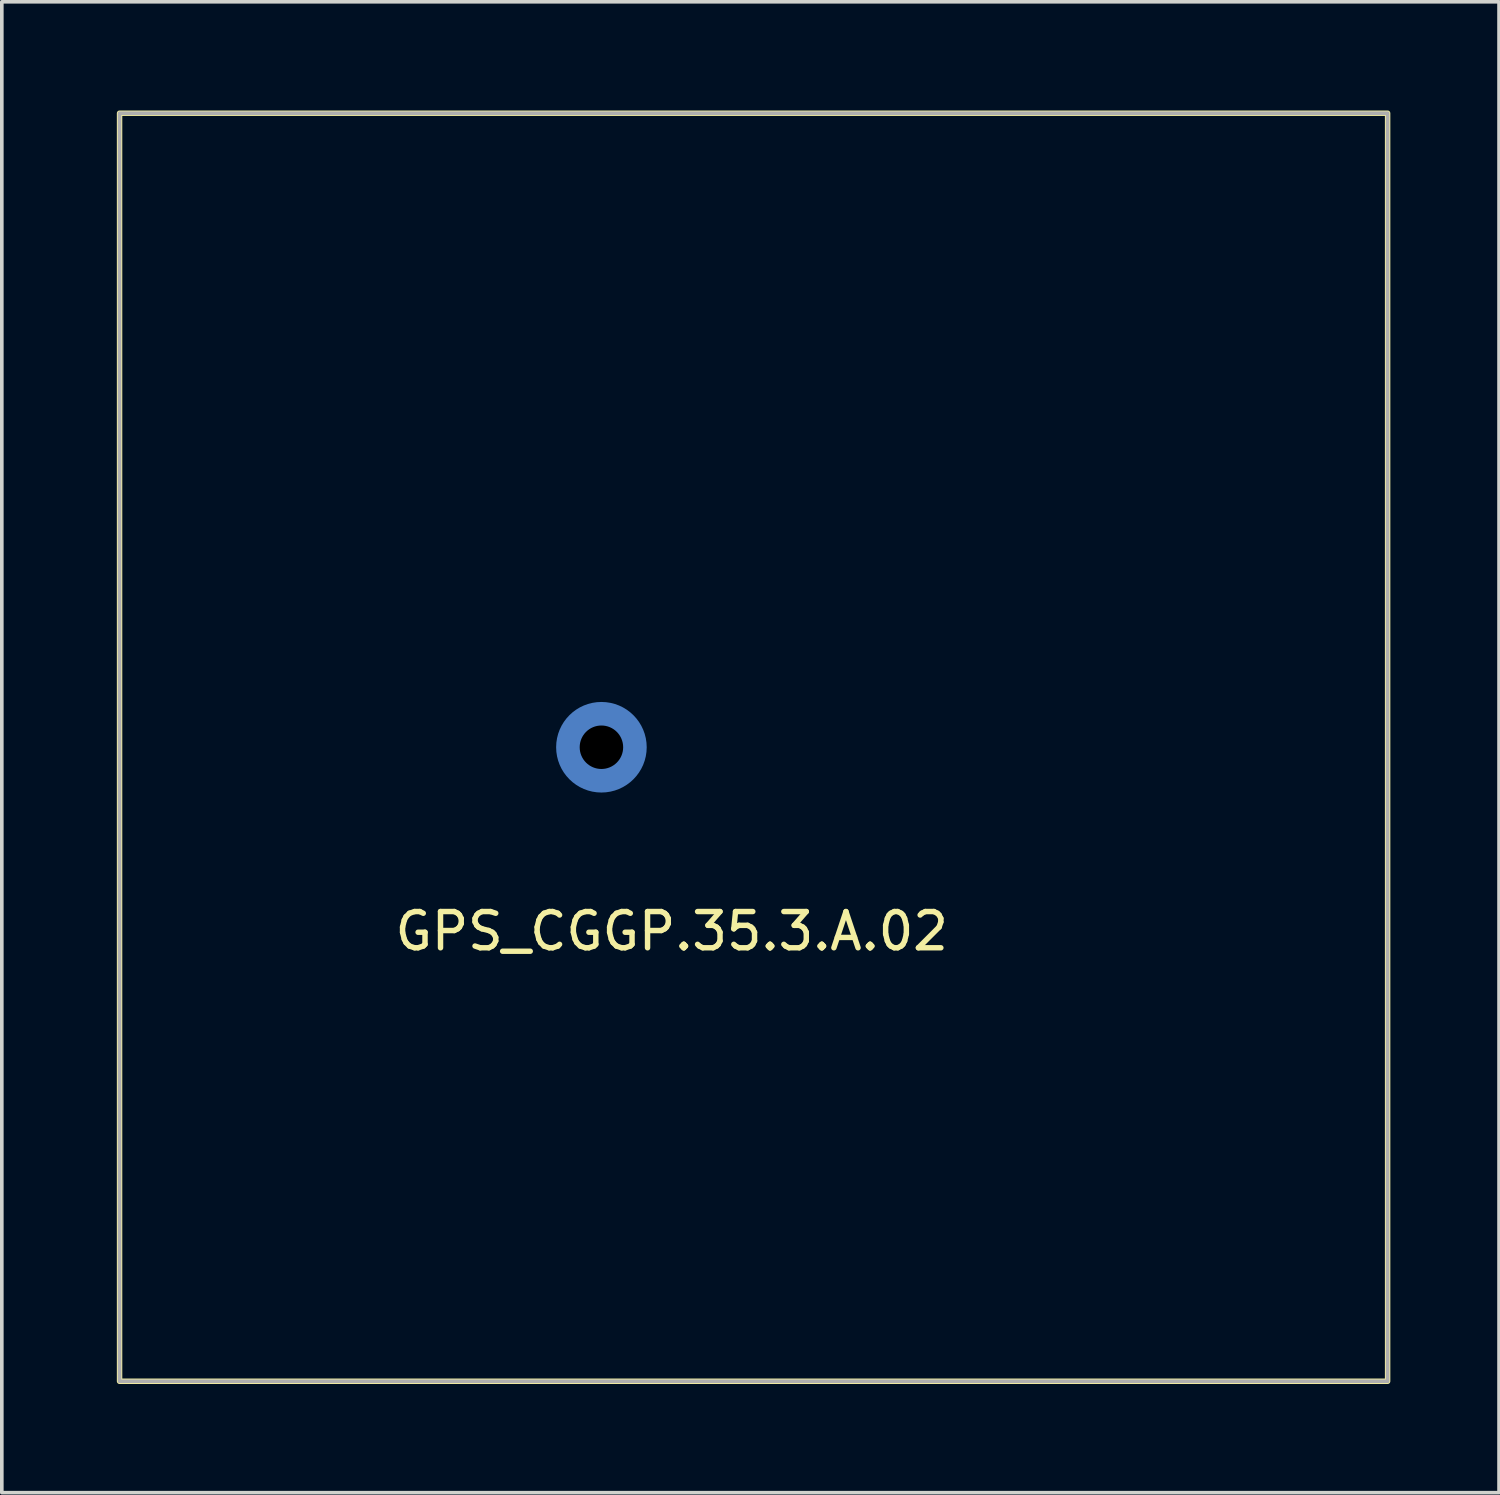
<source format=kicad_pcb>
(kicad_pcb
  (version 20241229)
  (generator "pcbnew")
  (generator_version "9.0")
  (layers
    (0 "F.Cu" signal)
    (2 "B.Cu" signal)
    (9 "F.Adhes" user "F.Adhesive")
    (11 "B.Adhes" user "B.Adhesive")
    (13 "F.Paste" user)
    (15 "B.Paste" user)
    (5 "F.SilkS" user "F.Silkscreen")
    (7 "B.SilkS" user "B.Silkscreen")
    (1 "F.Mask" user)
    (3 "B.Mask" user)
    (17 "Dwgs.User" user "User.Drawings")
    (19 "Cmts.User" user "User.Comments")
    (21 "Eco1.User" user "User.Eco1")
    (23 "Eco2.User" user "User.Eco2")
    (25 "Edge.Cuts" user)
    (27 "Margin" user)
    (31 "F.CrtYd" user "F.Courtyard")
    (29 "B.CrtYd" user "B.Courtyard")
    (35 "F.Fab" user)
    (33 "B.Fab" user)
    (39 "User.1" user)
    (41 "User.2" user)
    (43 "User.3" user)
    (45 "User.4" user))
  (footprint "GPS_CGGP.35.3.A.02"
    (layer "F.Cu")
    (at 0.25 17.575)
    (property "Reference" "GPS_CGGP.35.3.A.02" (at 15.24 5.08 0) (unlocked yes) (layer "F.SilkS") (effects (font (size 1 1) (thickness 0.15))))
    (attr through_hole)
    (fp_rect (start 0 -17.5) (end 35 17.5) (stroke (width 0.15) (type solid)) (fill no) (layer "F.SilkS"))
    (fp_rect (start 0 -17.5) (end 35 17.5) (stroke (width 0.1) (type solid)) (fill no) (layer "F.Fab"))
    (pad "" np_thru_hole circle (at 13.3 0) (size 1.2 1.2) (drill 1.2) (layers "*.Mask"))
    (pad "1" smd circle (at 13.3 0) (size 2.5 2.5) (layers "B.Cu" "B.Mask")))
  (gr_rect
    (start -3 -3)
    (end 38.325 38.15)
    (stroke (width 0.1) (type default))
    (fill no)
    (layer "Edge.Cuts")))
</source>
